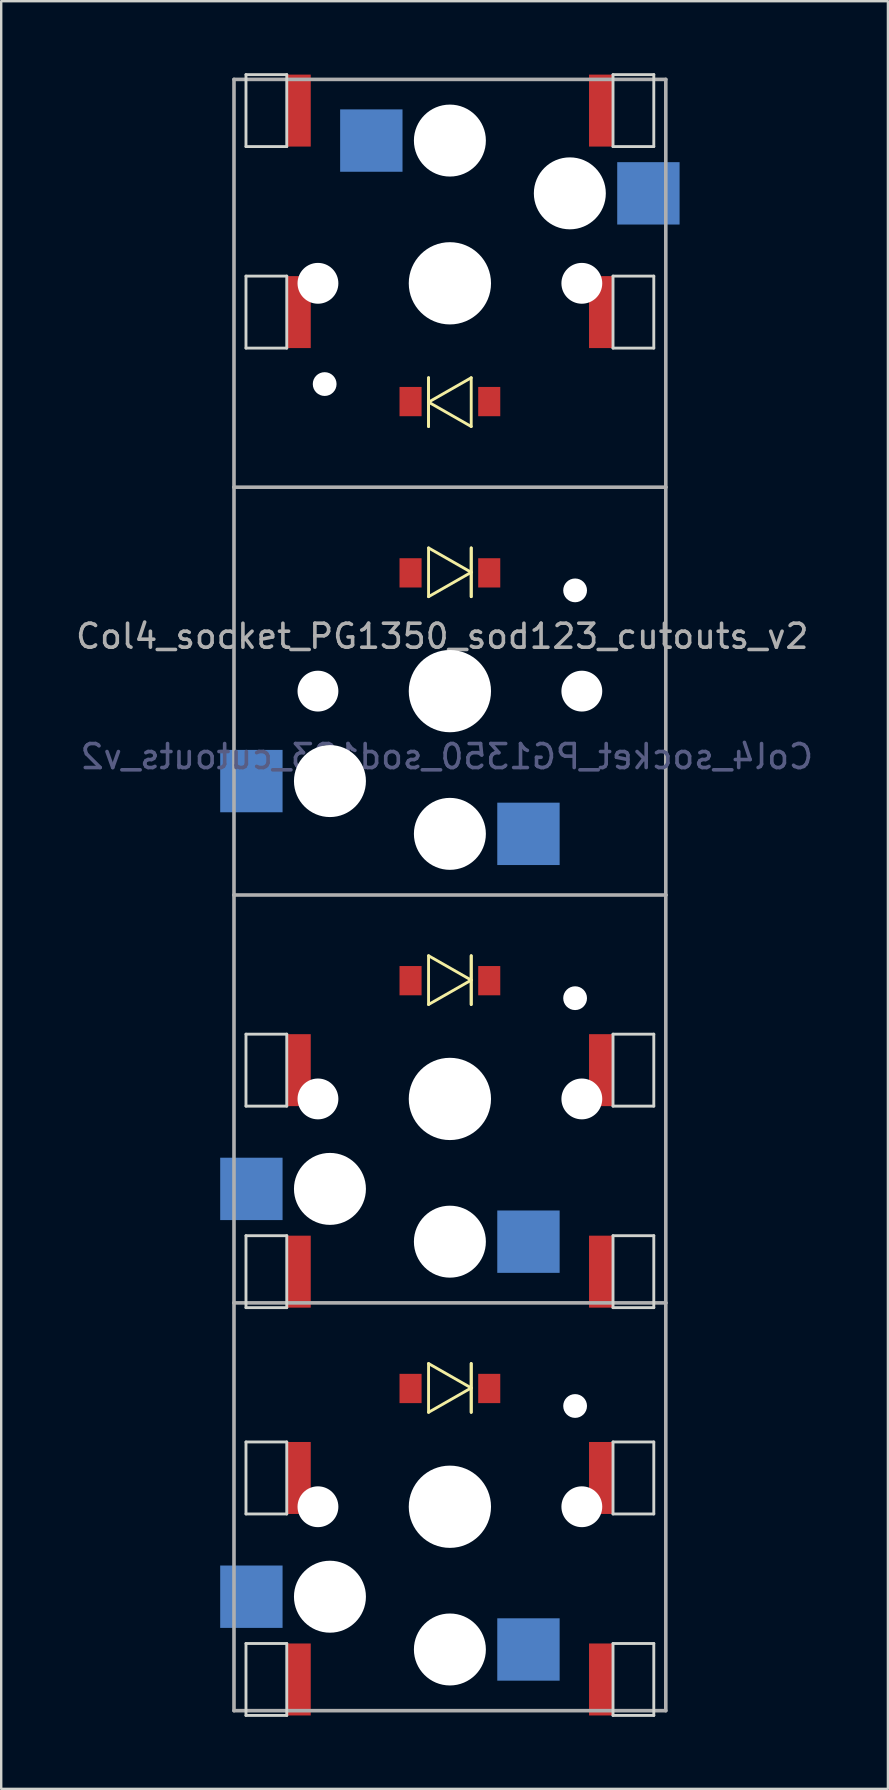
<source format=kicad_pcb>
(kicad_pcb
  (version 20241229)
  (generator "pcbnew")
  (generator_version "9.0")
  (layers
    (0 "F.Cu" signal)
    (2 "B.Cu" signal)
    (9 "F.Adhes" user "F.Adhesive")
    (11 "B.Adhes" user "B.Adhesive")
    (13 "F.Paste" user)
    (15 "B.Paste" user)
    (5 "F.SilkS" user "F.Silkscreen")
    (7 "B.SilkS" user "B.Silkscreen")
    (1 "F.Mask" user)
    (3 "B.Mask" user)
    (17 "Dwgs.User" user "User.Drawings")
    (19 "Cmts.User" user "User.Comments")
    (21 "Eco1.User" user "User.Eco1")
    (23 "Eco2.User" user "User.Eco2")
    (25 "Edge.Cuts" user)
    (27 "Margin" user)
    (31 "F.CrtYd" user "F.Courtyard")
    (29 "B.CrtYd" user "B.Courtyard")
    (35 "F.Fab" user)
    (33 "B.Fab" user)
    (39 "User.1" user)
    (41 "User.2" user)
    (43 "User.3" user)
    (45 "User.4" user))
  (footprint "Col4_socket_PG1350_sod123_cutouts_v2"
    (layer "F.Cu")
    (at 15.704 68.26)
    (property "Reference" "Col4_socket_PG1350_sod123_cutouts_v2" (at -0.318 -44.786 0) (layer "F.Fab") (effects (font (size 1 1) (thickness 0.15))))
    (attr smd)
    (fp_line (start -0.889 -55.563) (end -0.889 -53.531) (stroke (width 0.12) (type solid)) (layer "F.SilkS"))
    (fp_line (start -0.889 -55.563) (end -0.889 -53.531) (stroke (width 0.12) (type solid)) (layer "F.SilkS"))
    (fp_line (start -0.889 -54.547) (end 0.889 -55.563) (stroke (width 0.12) (type solid)) (layer "F.SilkS"))
    (fp_line (start -0.889 -48.469) (end -0.889 -46.437) (stroke (width 0.12) (type solid)) (layer "F.SilkS"))
    (fp_line (start -0.889 -48.469) (end 0.889 -47.453) (stroke (width 0.12) (type solid)) (layer "F.SilkS"))
    (fp_line (start -0.889 -31.469) (end -0.889 -29.437) (stroke (width 0.12) (type solid)) (layer "F.SilkS"))
    (fp_line (start -0.889 -31.469) (end 0.889 -30.453) (stroke (width 0.12) (type solid)) (layer "F.SilkS"))
    (fp_line (start -0.889 -14.469) (end -0.889 -12.437) (stroke (width 0.12) (type solid)) (layer "F.SilkS"))
    (fp_line (start -0.889 -14.469) (end 0.889 -13.453) (stroke (width 0.12) (type solid)) (layer "F.SilkS"))
    (fp_line (start 0.889 -53.531) (end -0.889 -54.547) (stroke (width 0.12) (type solid)) (layer "F.SilkS"))
    (fp_line (start 0.889 -53.531) (end 0.889 -55.563) (stroke (width 0.12) (type solid)) (layer "F.SilkS"))
    (fp_line (start 0.889 -47.453) (end -0.889 -46.437) (stroke (width 0.12) (type solid)) (layer "F.SilkS"))
    (fp_line (start 0.889 -46.437) (end 0.889 -48.469) (stroke (width 0.12) (type solid)) (layer "F.SilkS"))
    (fp_line (start 0.889 -46.437) (end 0.889 -48.469) (stroke (width 0.12) (type solid)) (layer "F.SilkS"))
    (fp_line (start 0.889 -30.453) (end -0.889 -29.437) (stroke (width 0.12) (type solid)) (layer "F.SilkS"))
    (fp_line (start 0.889 -29.437) (end 0.889 -31.469) (stroke (width 0.12) (type solid)) (layer "F.SilkS"))
    (fp_line (start 0.889 -29.437) (end 0.889 -31.469) (stroke (width 0.12) (type solid)) (layer "F.SilkS"))
    (fp_line (start 0.889 -13.453) (end -0.889 -12.437) (stroke (width 0.12) (type solid)) (layer "F.SilkS"))
    (fp_line (start 0.889 -12.437) (end 0.889 -14.469) (stroke (width 0.12) (type solid)) (layer "F.SilkS"))
    (fp_line (start 0.889 -12.437) (end 0.889 -14.469) (stroke (width 0.12) (type solid)) (layer "F.SilkS"))
    (fp_line (start -8.5 -65.2) (end -8.5 -68.2) (stroke (width 0.12) (type solid)) (layer "Edge.Cuts"))
    (fp_line (start -8.5 -56.8) (end -8.5 -59.8) (stroke (width 0.12) (type solid)) (layer "Edge.Cuts"))
    (fp_line (start -8.5 -28.2) (end -6.8 -28.2) (stroke (width 0.12) (type solid)) (layer "Edge.Cuts"))
    (fp_line (start -8.5 -25.2) (end -8.5 -28.2) (stroke (width 0.12) (type solid)) (layer "Edge.Cuts"))
    (fp_line (start -8.5 -25.2) (end -6.8 -25.2) (stroke (width 0.12) (type solid)) (layer "Edge.Cuts"))
    (fp_line (start -8.5 -19.8) (end -8.5 -16.8) (stroke (width 0.12) (type solid)) (layer "Edge.Cuts"))
    (fp_line (start -8.5 -19.8) (end -6.8 -19.8) (stroke (width 0.12) (type solid)) (layer "Edge.Cuts"))
    (fp_line (start -8.5 -16.8) (end -6.8 -16.8) (stroke (width 0.12) (type solid)) (layer "Edge.Cuts"))
    (fp_line (start -8.5 -11.2) (end -6.8 -11.2) (stroke (width 0.12) (type solid)) (layer "Edge.Cuts"))
    (fp_line (start -8.5 -8.2) (end -8.5 -11.2) (stroke (width 0.12) (type solid)) (layer "Edge.Cuts"))
    (fp_line (start -8.5 -8.2) (end -6.8 -8.2) (stroke (width 0.12) (type solid)) (layer "Edge.Cuts"))
    (fp_line (start -8.5 -2.8) (end -8.5 0.2) (stroke (width 0.12) (type solid)) (layer "Edge.Cuts"))
    (fp_line (start -8.5 -2.8) (end -6.8 -2.8) (stroke (width 0.12) (type solid)) (layer "Edge.Cuts"))
    (fp_line (start -8.5 0.2) (end -6.8 0.2) (stroke (width 0.12) (type solid)) (layer "Edge.Cuts"))
    (fp_line (start -6.8 -68.2) (end -8.5 -68.2) (stroke (width 0.12) (type solid)) (layer "Edge.Cuts"))
    (fp_line (start -6.8 -68.2) (end -6.8 -65.2) (stroke (width 0.12) (type solid)) (layer "Edge.Cuts"))
    (fp_line (start -6.8 -65.2) (end -8.5 -65.2) (stroke (width 0.12) (type solid)) (layer "Edge.Cuts"))
    (fp_line (start -6.8 -59.8) (end -8.5 -59.8) (stroke (width 0.12) (type solid)) (layer "Edge.Cuts"))
    (fp_line (start -6.8 -59.8) (end -6.8 -56.8) (stroke (width 0.12) (type solid)) (layer "Edge.Cuts"))
    (fp_line (start -6.8 -56.8) (end -8.5 -56.8) (stroke (width 0.12) (type solid)) (layer "Edge.Cuts"))
    (fp_line (start -6.8 -28.2) (end -6.8 -25.2) (stroke (width 0.12) (type solid)) (layer "Edge.Cuts"))
    (fp_line (start -6.8 -16.8) (end -6.8 -19.8) (stroke (width 0.12) (type solid)) (layer "Edge.Cuts"))
    (fp_line (start -6.8 -11.2) (end -6.8 -8.2) (stroke (width 0.12) (type solid)) (layer "Edge.Cuts"))
    (fp_line (start -6.8 0.2) (end -6.8 -2.8) (stroke (width 0.12) (type solid)) (layer "Edge.Cuts"))
    (fp_line (start 6.8 -68.2) (end 6.8 -65.2) (stroke (width 0.12) (type solid)) (layer "Edge.Cuts"))
    (fp_line (start 6.8 -56.8) (end 6.8 -59.8) (stroke (width 0.12) (type solid)) (layer "Edge.Cuts"))
    (fp_line (start 6.8 -28.2) (end 8.5 -28.2) (stroke (width 0.12) (type solid)) (layer "Edge.Cuts"))
    (fp_line (start 6.8 -25.2) (end 6.8 -28.2) (stroke (width 0.12) (type solid)) (layer "Edge.Cuts"))
    (fp_line (start 6.8 -25.2) (end 8.5 -25.2) (stroke (width 0.12) (type solid)) (layer "Edge.Cuts"))
    (fp_line (start 6.8 -19.8) (end 8.5 -19.8) (stroke (width 0.12) (type solid)) (layer "Edge.Cuts"))
    (fp_line (start 6.8 -16.8) (end 6.8 -19.8) (stroke (width 0.12) (type solid)) (layer "Edge.Cuts"))
    (fp_line (start 6.8 -16.8) (end 8.5 -16.8) (stroke (width 0.12) (type solid)) (layer "Edge.Cuts"))
    (fp_line (start 6.8 -11.2) (end 8.5 -11.2) (stroke (width 0.12) (type solid)) (layer "Edge.Cuts"))
    (fp_line (start 6.8 -8.2) (end 6.8 -11.2) (stroke (width 0.12) (type solid)) (layer "Edge.Cuts"))
    (fp_line (start 6.8 -8.2) (end 8.5 -8.2) (stroke (width 0.12) (type solid)) (layer "Edge.Cuts"))
    (fp_line (start 6.8 -2.8) (end 8.5 -2.8) (stroke (width 0.12) (type solid)) (layer "Edge.Cuts"))
    (fp_line (start 6.8 0.2) (end 6.8 -2.8) (stroke (width 0.12) (type solid)) (layer "Edge.Cuts"))
    (fp_line (start 6.8 0.2) (end 8.5 0.2) (stroke (width 0.12) (type solid)) (layer "Edge.Cuts"))
    (fp_line (start 8.5 -68.2) (end 6.8 -68.2) (stroke (width 0.12) (type solid)) (layer "Edge.Cuts"))
    (fp_line (start 8.5 -65.2) (end 6.8 -65.2) (stroke (width 0.12) (type solid)) (layer "Edge.Cuts"))
    (fp_line (start 8.5 -65.2) (end 8.5 -68.2) (stroke (width 0.12) (type solid)) (layer "Edge.Cuts"))
    (fp_line (start 8.5 -59.8) (end 6.8 -59.8) (stroke (width 0.12) (type solid)) (layer "Edge.Cuts"))
    (fp_line (start 8.5 -59.8) (end 8.5 -56.8) (stroke (width 0.12) (type solid)) (layer "Edge.Cuts"))
    (fp_line (start 8.5 -56.8) (end 6.8 -56.8) (stroke (width 0.12) (type solid)) (layer "Edge.Cuts"))
    (fp_line (start 8.5 -28.2) (end 8.5 -25.2) (stroke (width 0.12) (type solid)) (layer "Edge.Cuts"))
    (fp_line (start 8.5 -19.8) (end 8.5 -16.8) (stroke (width 0.12) (type solid)) (layer "Edge.Cuts"))
    (fp_line (start 8.5 -11.2) (end 8.5 -8.2) (stroke (width 0.12) (type solid)) (layer "Edge.Cuts"))
    (fp_line (start 8.5 -2.8) (end 8.5 0.2) (stroke (width 0.12) (type solid)) (layer "Edge.Cuts"))
    (fp_line (start -9 -51) (end -9 -68) (stroke (width 0.15) (type solid)) (layer "F.Fab"))
    (fp_line (start -9 -34) (end -9 -51) (stroke (width 0.15) (type solid)) (layer "F.Fab"))
    (fp_line (start -9 -17) (end -9 -34) (stroke (width 0.15) (type solid)) (layer "F.Fab"))
    (fp_line (start -9 0) (end -9 -17) (stroke (width 0.15) (type solid)) (layer "F.Fab"))
    (fp_line (start 9 -68) (end -9 -68) (stroke (width 0.15) (type solid)) (layer "F.Fab"))
    (fp_line (start 9 -68) (end 9 -51) (stroke (width 0.15) (type solid)) (layer "F.Fab"))
    (fp_line (start 9 -51) (end -9 -51) (stroke (width 0.15) (type solid)) (layer "F.Fab"))
    (fp_line (start 9 -51) (end 9 -34) (stroke (width 0.15) (type solid)) (layer "F.Fab"))
    (fp_line (start 9 -34) (end -9 -34) (stroke (width 0.15) (type solid)) (layer "F.Fab"))
    (fp_line (start 9 -34) (end 9 -17) (stroke (width 0.15) (type solid)) (layer "F.Fab"))
    (fp_line (start 9 -17) (end -9 -17) (stroke (width 0.15) (type solid)) (layer "F.Fab"))
    (fp_line (start 9 -17) (end 9 0) (stroke (width 0.15) (type solid)) (layer "F.Fab"))
    (fp_line (start 9 0) (end -9 0) (stroke (width 0.15) (type solid)) (layer "F.Fab"))
    (fp_text user "${REFERENCE}" (at -0.127 -39.77 0) (layer "B.Fab") (effects (font (size 1 1) (thickness 0.15)) (justify mirror)))
    (pad "" np_thru_hole circle (at -5.5 -59.5 180) (size 1.702 1.702) (drill 1.702) (layers "*.Cu"))
    (pad "" np_thru_hole circle (at -5.5 -42.5) (size 1.702 1.702) (drill 1.702) (layers "*.Cu"))
    (pad "" np_thru_hole circle (at -5.5 -25.5) (size 1.702 1.702) (drill 1.702) (layers "*.Cu"))
    (pad "" np_thru_hole circle (at -5.5 -8.5) (size 1.702 1.702) (drill 1.702) (layers "*.Cu"))
    (pad "" np_thru_hole circle (at -5.22 -55.3 180) (size 0.991 0.991) (drill 0.991) (layers "*.Cu" "*.Mask"))
    (pad "" np_thru_hole circle (at -5 -38.75) (size 3 3) (drill 3) (layers "*.Cu"))
    (pad "" np_thru_hole circle (at -5 -21.75) (size 3 3) (drill 3) (layers "*.Cu"))
    (pad "" np_thru_hole circle (at -5 -4.75) (size 3 3) (drill 3) (layers "*.Cu"))
    (pad "" np_thru_hole circle (at 0 -65.45 180) (size 3 3) (drill 3) (layers "*.Cu" "*.Mask"))
    (pad "" np_thru_hole circle (at 0 -59.5 270) (size 3.429 3.429) (drill 3.429) (layers "*.Cu" "*.Mask"))
    (pad "" np_thru_hole circle (at 0 -42.5) (size 3.429 3.429) (drill 3.429) (layers "*.Cu" "*.Mask"))
    (pad "" np_thru_hole circle (at 0 -36.55) (size 3 3) (drill 3) (layers "*.Cu" "*.Mask"))
    (pad "" np_thru_hole circle (at 0 -25.5) (size 3.429 3.429) (drill 3.429) (layers "*.Cu" "*.Mask"))
    (pad "" np_thru_hole circle (at 0 -19.55) (size 3 3) (drill 3) (layers "*.Cu" "*.Mask"))
    (pad "" np_thru_hole circle (at 0 -8.5) (size 3.429 3.429) (drill 3.429) (layers "*.Cu" "*.Mask"))
    (pad "" np_thru_hole circle (at 0 -2.55) (size 3 3) (drill 3) (layers "*.Cu" "*.Mask"))
    (pad "" np_thru_hole circle (at 5 -63.25 180) (size 3 3) (drill 3) (layers "*.Cu"))
    (pad "" np_thru_hole circle (at 5.22 -46.7) (size 0.991 0.991) (drill 0.991) (layers "*.Cu" "*.Mask"))
    (pad "" np_thru_hole circle (at 5.22 -29.7) (size 0.991 0.991) (drill 0.991) (layers "*.Cu" "*.Mask"))
    (pad "" np_thru_hole circle (at 5.22 -12.7) (size 0.991 0.991) (drill 0.991) (layers "*.Cu" "*.Mask"))
    (pad "" np_thru_hole circle (at 5.5 -59.5 180) (size 1.702 1.702) (drill 1.702) (layers "*.Cu"))
    (pad "" np_thru_hole circle (at 5.5 -42.5) (size 1.702 1.702) (drill 1.702) (layers "*.Cu"))
    (pad "" np_thru_hole circle (at 5.5 -25.5) (size 1.702 1.702) (drill 1.702) (layers "*.Cu"))
    (pad "" np_thru_hole circle (at 5.5 -8.5) (size 1.702 1.702) (drill 1.702) (layers "*.Cu"))
    (pad "a1" smd rect (at -8.275 -4.75) (size 2.6 2.6) (layers "B.Cu" "B.Mask" "B.Paste"))
    (pad "a1" smd rect (at -6.3 -9.7) (size 1 3) (layers "F.Cu" "F.Mask" "F.Paste"))
    (pad "a1" smd rect (at -6.3 -1.3) (size 1 3) (layers "F.Cu" "F.Mask" "F.Paste"))
    (pad "a2" smd rect (at 3.275 -2.55) (size 2.6 2.6) (layers "B.Cu" "B.Mask" "B.Paste"))
    (pad "aA" smd rect (at -1.64 -13.43) (size 0.92 1.22) (layers "F.Cu" "F.Mask" "F.Paste"))
    (pad "aK" smd rect (at 1.64 -13.43) (size 0.92 1.22) (layers "F.Cu" "F.Mask" "F.Paste"))
    (pad "aK" smd rect (at 6.3 -9.7) (size 1 3) (layers "F.Cu" "F.Mask" "F.Paste"))
    (pad "aK" smd rect (at 6.3 -1.3) (size 1 3) (layers "F.Cu" "F.Mask" "F.Paste"))
    (pad "b1" smd rect (at -8.275 -21.75) (size 2.6 2.6) (layers "B.Cu" "B.Mask" "B.Paste"))
    (pad "b1" smd rect (at -6.3 -26.7) (size 1 3) (layers "F.Cu" "F.Mask" "F.Paste"))
    (pad "b1" smd rect (at -6.3 -18.3) (size 1 3) (layers "F.Cu" "F.Mask" "F.Paste"))
    (pad "b2" smd rect (at 3.275 -19.55) (size 2.6 2.6) (layers "B.Cu" "B.Mask" "B.Paste"))
    (pad "bA" smd rect (at -1.64 -30.43) (size 0.92 1.22) (layers "F.Cu" "F.Mask" "F.Paste"))
    (pad "bK" smd rect (at 1.64 -30.43) (size 0.92 1.22) (layers "F.Cu" "F.Mask" "F.Paste"))
    (pad "bK" smd rect (at 6.3 -26.7) (size 1 3) (layers "F.Cu" "F.Mask" "F.Paste"))
    (pad "bK" smd rect (at 6.3 -18.3) (size 1 3) (layers "F.Cu" "F.Mask" "F.Paste"))
    (pad "m1" smd rect (at -8.275 -38.75) (size 2.6 2.6) (layers "B.Cu" "B.Mask" "B.Paste"))
    (pad "m2" smd rect (at 3.275 -36.55) (size 2.6 2.6) (layers "B.Cu" "B.Mask" "B.Paste"))
    (pad "mA" smd rect (at -1.64 -47.43) (size 0.92 1.22) (layers "F.Cu" "F.Mask" "F.Paste"))
    (pad "mK" smd rect (at 1.64 -47.43) (size 0.92 1.22) (layers "F.Cu" "F.Mask" "F.Paste"))
    (pad "t1" smd rect (at 6.3 -66.7 180) (size 1 3) (layers "F.Cu" "F.Mask" "F.Paste"))
    (pad "t1" smd rect (at 6.3 -58.3 180) (size 1 3) (layers "F.Cu" "F.Mask" "F.Paste"))
    (pad "t1" smd rect (at 8.275 -63.25 180) (size 2.6 2.6) (layers "B.Cu" "B.Mask" "B.Paste"))
    (pad "t2" smd rect (at -3.275 -65.45 180) (size 2.6 2.6) (layers "B.Cu" "B.Mask" "B.Paste"))
    (pad "tA" smd rect (at 1.64 -54.57 180) (size 0.92 1.22) (layers "F.Cu" "F.Mask" "F.Paste"))
    (pad "tK" smd rect (at -6.3 -66.7 180) (size 1 3) (layers "F.Cu" "F.Mask" "F.Paste"))
    (pad "tK" smd rect (at -6.3 -58.3 180) (size 1 3) (layers "F.Cu" "F.Mask" "F.Paste"))
    (pad "tK" smd rect (at -1.64 -54.57 180) (size 0.92 1.22) (layers "F.Cu" "F.Mask" "F.Paste")))
  (gr_rect
    (start -3 -3)
    (end 33.964 71.52)
    (stroke (width 0.1) (type default))
    (fill no)
    (layer "Edge.Cuts")))
</source>
